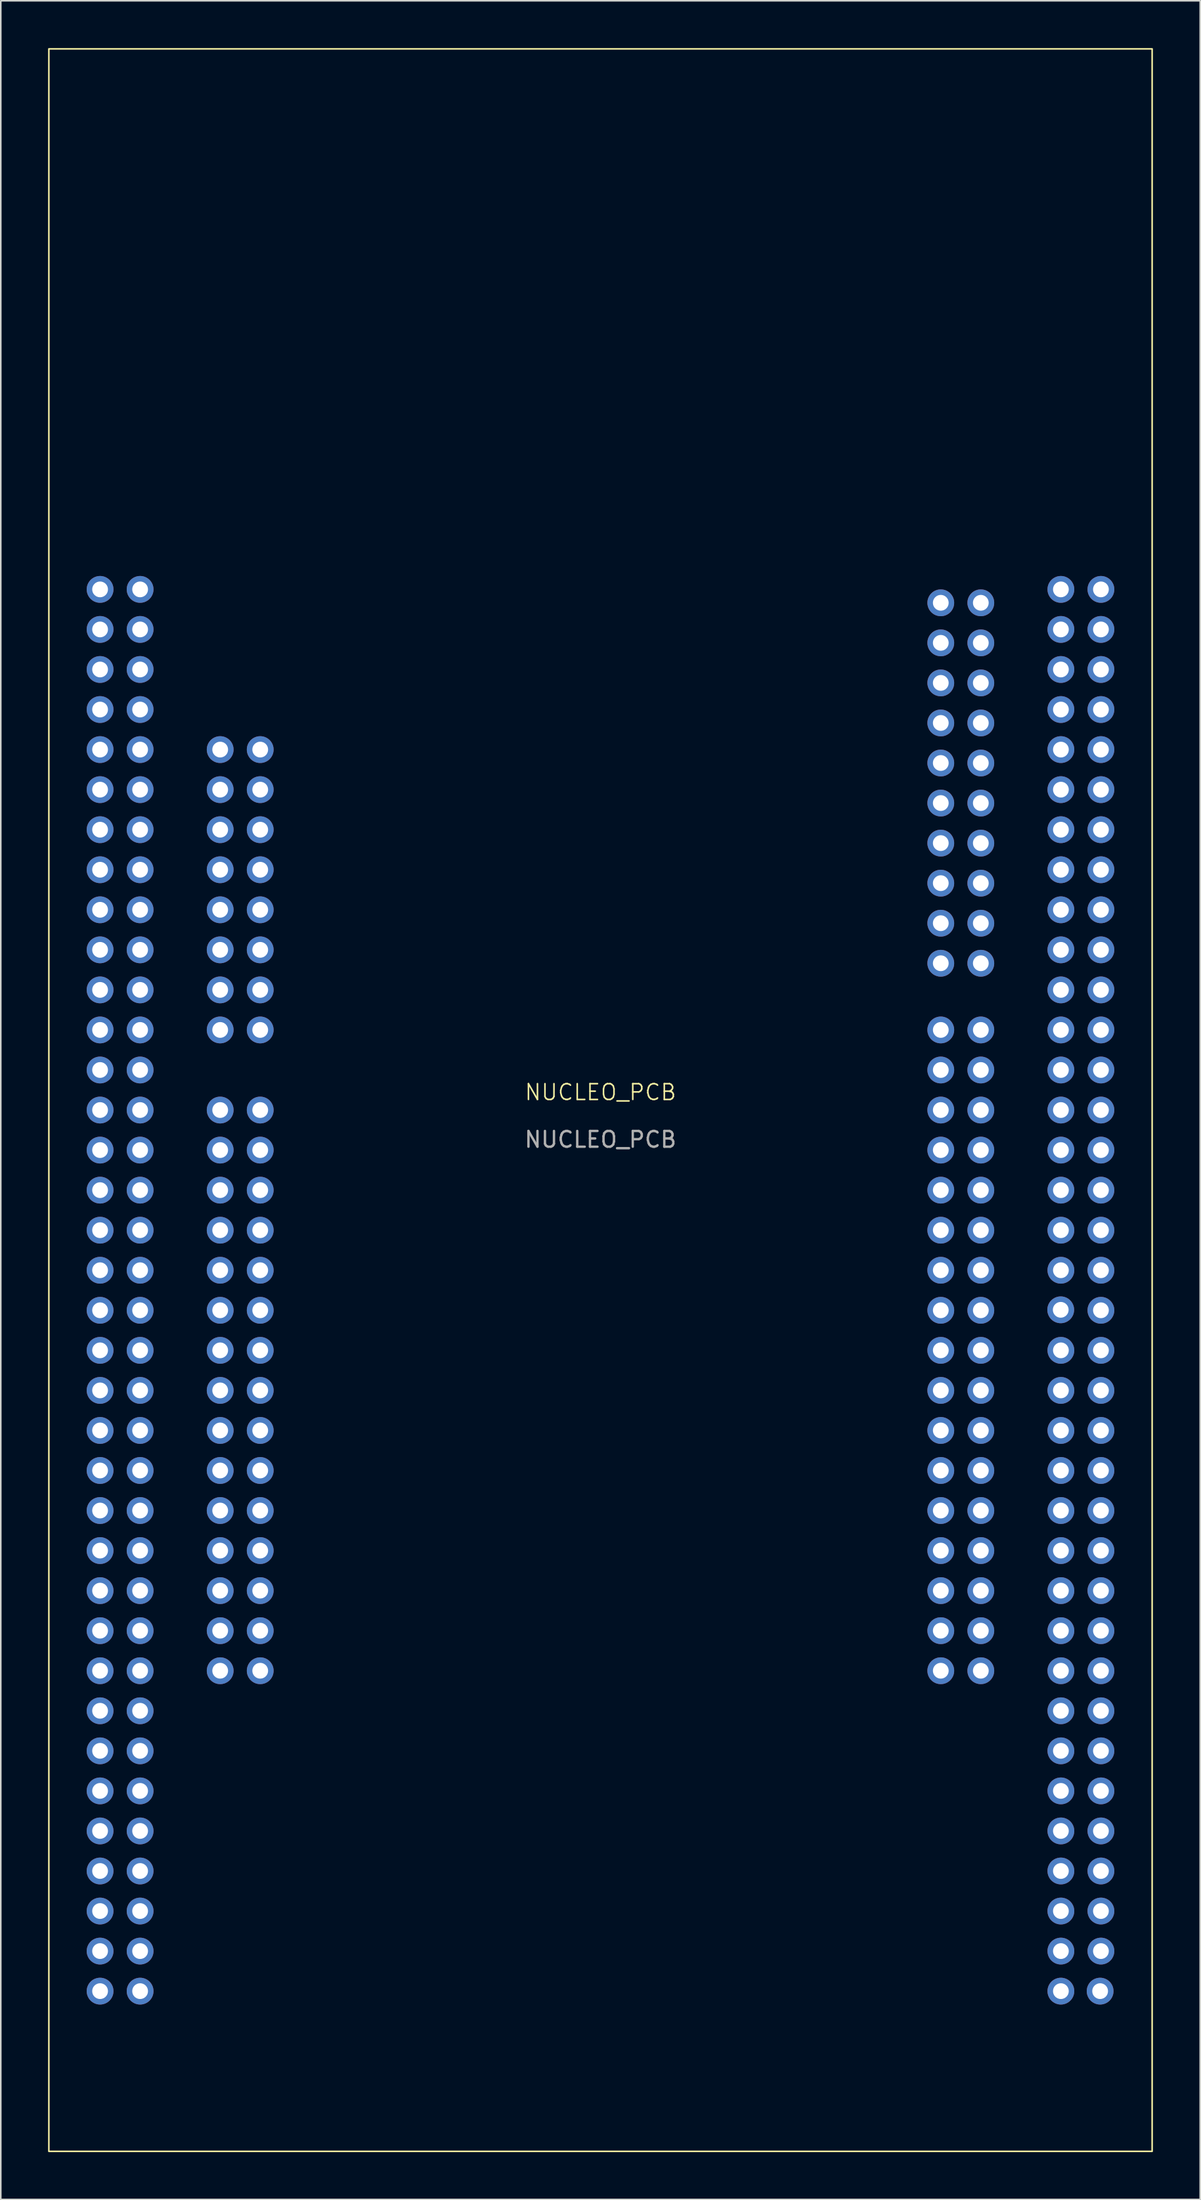
<source format=kicad_pcb>
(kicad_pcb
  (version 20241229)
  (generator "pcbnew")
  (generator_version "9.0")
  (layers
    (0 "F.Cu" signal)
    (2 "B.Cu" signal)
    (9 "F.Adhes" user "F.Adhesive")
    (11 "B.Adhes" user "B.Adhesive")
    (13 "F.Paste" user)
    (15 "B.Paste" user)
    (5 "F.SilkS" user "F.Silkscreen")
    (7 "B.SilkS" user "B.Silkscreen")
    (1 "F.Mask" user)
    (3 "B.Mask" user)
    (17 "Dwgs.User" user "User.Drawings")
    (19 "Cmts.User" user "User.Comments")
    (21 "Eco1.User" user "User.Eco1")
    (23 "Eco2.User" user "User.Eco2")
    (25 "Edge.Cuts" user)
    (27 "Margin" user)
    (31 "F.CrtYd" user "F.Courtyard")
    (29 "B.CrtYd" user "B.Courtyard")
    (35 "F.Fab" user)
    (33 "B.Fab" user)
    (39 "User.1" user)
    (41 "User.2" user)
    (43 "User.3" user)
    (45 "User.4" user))
  (footprint "NUCLEO_PCB"
    (layer "F.Cu")
    (at 35.05 66.72)
    (property "Reference" "NUCLEO_PCB" (at 0 -0.5 0) (unlocked yes) (layer "F.SilkS") (effects (font (size 1 1) (thickness 0.1))))
    (attr smd)
    (fp_rect (start -35 -66.67) (end 35 66.67) (stroke (width 0.1) (type default)) (fill no) (layer "F.SilkS"))
    (fp_text user "${REFERENCE}" (at 0 2.5 0) (unlocked yes) (layer "F.Fab") (effects (font (size 1 1) (thickness 0.15))))
    (pad "" thru_hole circle (at -31.75 -32.39 90) (size 1.7 1.7) (drill 1) (layers "*.Cu" "*.Mask"))
    (pad "" thru_hole circle (at -31.75 -29.85 90) (size 1.7 1.7) (drill 1) (layers "*.Cu" "*.Mask"))
    (pad "" thru_hole circle (at -31.75 -27.31 90) (size 1.7 1.7) (drill 1) (layers "*.Cu" "*.Mask"))
    (pad "" thru_hole circle (at -31.75 -24.77 90) (size 1.7 1.7) (drill 1) (layers "*.Cu" "*.Mask"))
    (pad "" thru_hole circle (at -31.75 -22.23 90) (size 1.7 1.7) (drill 1) (layers "*.Cu" "*.Mask"))
    (pad "" thru_hole circle (at -31.75 -19.69 90) (size 1.7 1.7) (drill 1) (layers "*.Cu" "*.Mask"))
    (pad "" thru_hole circle (at -31.75 -17.15 90) (size 1.7 1.7) (drill 1) (layers "*.Cu" "*.Mask"))
    (pad "" thru_hole circle (at -31.75 -14.61 90) (size 1.7 1.7) (drill 1) (layers "*.Cu" "*.Mask"))
    (pad "" thru_hole circle (at -31.75 -12.07 90) (size 1.7 1.7) (drill 1) (layers "*.Cu" "*.Mask"))
    (pad "" thru_hole circle (at -31.75 -9.53 90) (size 1.7 1.7) (drill 1) (layers "*.Cu" "*.Mask"))
    (pad "" thru_hole circle (at -31.75 -6.99 90) (size 1.7 1.7) (drill 1) (layers "*.Cu" "*.Mask"))
    (pad "" thru_hole circle (at -31.75 -4.45 90) (size 1.7 1.7) (drill 1) (layers "*.Cu" "*.Mask"))
    (pad "" thru_hole circle (at -31.75 -1.91 90) (size 1.7 1.7) (drill 1) (layers "*.Cu" "*.Mask"))
    (pad "" thru_hole circle (at -31.75 0.63 90) (size 1.7 1.7) (drill 1) (layers "*.Cu" "*.Mask"))
    (pad "" thru_hole circle (at -31.75 3.17 90) (size 1.7 1.7) (drill 1) (layers "*.Cu" "*.Mask"))
    (pad "" thru_hole circle (at -31.75 5.71 90) (size 1.7 1.7) (drill 1) (layers "*.Cu" "*.Mask"))
    (pad "" thru_hole circle (at -31.75 8.25 90) (size 1.7 1.7) (drill 1) (layers "*.Cu" "*.Mask"))
    (pad "" thru_hole circle (at -31.75 10.79 90) (size 1.7 1.7) (drill 1) (layers "*.Cu" "*.Mask"))
    (pad "" thru_hole circle (at -31.75 13.33 90) (size 1.7 1.7) (drill 1) (layers "*.Cu" "*.Mask"))
    (pad "" thru_hole circle (at -31.75 15.87 90) (size 1.7 1.7) (drill 1) (layers "*.Cu" "*.Mask"))
    (pad "" thru_hole circle (at -31.75 18.41 90) (size 1.7 1.7) (drill 1) (layers "*.Cu" "*.Mask"))
    (pad "" thru_hole circle (at -31.75 20.95 90) (size 1.7 1.7) (drill 1) (layers "*.Cu" "*.Mask"))
    (pad "" thru_hole circle (at -31.75 23.49 90) (size 1.7 1.7) (drill 1) (layers "*.Cu" "*.Mask"))
    (pad "" thru_hole circle (at -31.75 26.03 90) (size 1.7 1.7) (drill 1) (layers "*.Cu" "*.Mask"))
    (pad "" thru_hole circle (at -31.75 28.57 90) (size 1.7 1.7) (drill 1) (layers "*.Cu" "*.Mask"))
    (pad "" thru_hole circle (at -31.75 31.11 90) (size 1.7 1.7) (drill 1) (layers "*.Cu" "*.Mask"))
    (pad "" thru_hole circle (at -31.75 33.65 90) (size 1.7 1.7) (drill 1) (layers "*.Cu" "*.Mask"))
    (pad "" thru_hole circle (at -31.75 36.19 90) (size 1.7 1.7) (drill 1) (layers "*.Cu" "*.Mask"))
    (pad "" thru_hole circle (at -31.75 38.73 90) (size 1.7 1.7) (drill 1) (layers "*.Cu" "*.Mask"))
    (pad "" thru_hole circle (at -31.75 41.27 90) (size 1.7 1.7) (drill 1) (layers "*.Cu" "*.Mask"))
    (pad "" thru_hole circle (at -31.75 43.81 90) (size 1.7 1.7) (drill 1) (layers "*.Cu" "*.Mask"))
    (pad "" thru_hole circle (at -31.75 46.35 90) (size 1.7 1.7) (drill 1) (layers "*.Cu" "*.Mask"))
    (pad "" thru_hole circle (at -31.75 48.89 90) (size 1.7 1.7) (drill 1) (layers "*.Cu" "*.Mask"))
    (pad "" thru_hole circle (at -31.75 51.43 90) (size 1.7 1.7) (drill 1) (layers "*.Cu" "*.Mask"))
    (pad "" thru_hole circle (at -31.75 53.97 90) (size 1.7 1.7) (drill 1) (layers "*.Cu" "*.Mask"))
    (pad "" thru_hole circle (at -31.75 56.51 90) (size 1.7 1.7) (drill 1) (layers "*.Cu" "*.Mask"))
    (pad "" thru_hole circle (at -29.21 -32.39 90) (size 1.7 1.7) (drill 1) (layers "*.Cu" "*.Mask"))
    (pad "" thru_hole circle (at -29.21 -29.85 90) (size 1.7 1.7) (drill 1) (layers "*.Cu" "*.Mask"))
    (pad "" thru_hole circle (at -29.21 -27.31 90) (size 1.7 1.7) (drill 1) (layers "*.Cu" "*.Mask"))
    (pad "" thru_hole circle (at -29.21 -24.77 90) (size 1.7 1.7) (drill 1) (layers "*.Cu" "*.Mask"))
    (pad "" thru_hole circle (at -29.21 -22.23 90) (size 1.7 1.7) (drill 1) (layers "*.Cu" "*.Mask"))
    (pad "" thru_hole circle (at -29.21 -19.69 90) (size 1.7 1.7) (drill 1) (layers "*.Cu" "*.Mask"))
    (pad "" thru_hole circle (at -29.21 -17.15 90) (size 1.7 1.7) (drill 1) (layers "*.Cu" "*.Mask"))
    (pad "" thru_hole circle (at -29.21 -14.61 90) (size 1.7 1.7) (drill 1) (layers "*.Cu" "*.Mask"))
    (pad "" thru_hole circle (at -29.21 -12.07 90) (size 1.7 1.7) (drill 1) (layers "*.Cu" "*.Mask"))
    (pad "" thru_hole circle (at -29.21 -9.53 90) (size 1.7 1.7) (drill 1) (layers "*.Cu" "*.Mask"))
    (pad "" thru_hole circle (at -29.21 -6.99 90) (size 1.7 1.7) (drill 1) (layers "*.Cu" "*.Mask"))
    (pad "" thru_hole circle (at -29.21 -4.45 90) (size 1.7 1.7) (drill 1) (layers "*.Cu" "*.Mask"))
    (pad "" thru_hole circle (at -29.21 -1.91 90) (size 1.7 1.7) (drill 1) (layers "*.Cu" "*.Mask"))
    (pad "" thru_hole circle (at -29.21 0.63 90) (size 1.7 1.7) (drill 1) (layers "*.Cu" "*.Mask"))
    (pad "" thru_hole circle (at -29.21 3.17 90) (size 1.7 1.7) (drill 1) (layers "*.Cu" "*.Mask"))
    (pad "" thru_hole circle (at -29.21 5.71 90) (size 1.7 1.7) (drill 1) (layers "*.Cu" "*.Mask"))
    (pad "" thru_hole circle (at -29.21 8.25 90) (size 1.7 1.7) (drill 1) (layers "*.Cu" "*.Mask"))
    (pad "" thru_hole circle (at -29.21 10.79 90) (size 1.7 1.7) (drill 1) (layers "*.Cu" "*.Mask"))
    (pad "" thru_hole circle (at -29.21 13.33 90) (size 1.7 1.7) (drill 1) (layers "*.Cu" "*.Mask"))
    (pad "" thru_hole circle (at -29.21 15.87 90) (size 1.7 1.7) (drill 1) (layers "*.Cu" "*.Mask"))
    (pad "" thru_hole circle (at -29.21 18.41 90) (size 1.7 1.7) (drill 1) (layers "*.Cu" "*.Mask"))
    (pad "" thru_hole circle (at -29.21 20.95 90) (size 1.7 1.7) (drill 1) (layers "*.Cu" "*.Mask"))
    (pad "" thru_hole circle (at -29.21 23.49 90) (size 1.7 1.7) (drill 1) (layers "*.Cu" "*.Mask"))
    (pad "" thru_hole circle (at -29.21 26.03 90) (size 1.7 1.7) (drill 1) (layers "*.Cu" "*.Mask"))
    (pad "" thru_hole circle (at -29.21 28.57 90) (size 1.7 1.7) (drill 1) (layers "*.Cu" "*.Mask"))
    (pad "" thru_hole circle (at -29.21 31.11 90) (size 1.7 1.7) (drill 1) (layers "*.Cu" "*.Mask"))
    (pad "" thru_hole circle (at -29.21 33.65 90) (size 1.7 1.7) (drill 1) (layers "*.Cu" "*.Mask"))
    (pad "" thru_hole circle (at -29.21 36.19 90) (size 1.7 1.7) (drill 1) (layers "*.Cu" "*.Mask"))
    (pad "" thru_hole circle (at -29.21 38.73 90) (size 1.7 1.7) (drill 1) (layers "*.Cu" "*.Mask"))
    (pad "" thru_hole circle (at -29.21 41.27 90) (size 1.7 1.7) (drill 1) (layers "*.Cu" "*.Mask"))
    (pad "" thru_hole circle (at -29.21 43.81 90) (size 1.7 1.7) (drill 1) (layers "*.Cu" "*.Mask"))
    (pad "" thru_hole circle (at -29.21 46.35 90) (size 1.7 1.7) (drill 1) (layers "*.Cu" "*.Mask"))
    (pad "" thru_hole circle (at -29.21 48.89 90) (size 1.7 1.7) (drill 1) (layers "*.Cu" "*.Mask"))
    (pad "" thru_hole circle (at -29.21 51.43 90) (size 1.7 1.7) (drill 1) (layers "*.Cu" "*.Mask"))
    (pad "" thru_hole circle (at -29.21 53.97 90) (size 1.7 1.7) (drill 1) (layers "*.Cu" "*.Mask"))
    (pad "" thru_hole circle (at -29.21 56.51 90) (size 1.7 1.7) (drill 1) (layers "*.Cu" "*.Mask"))
    (pad "" thru_hole circle (at 29.2 13.3 90) (size 1.7 1.7) (drill 1) (layers "*.Cu" "*.Mask"))
    (pad "" thru_hole circle (at 29.21 -32.39 90) (size 1.7 1.7) (drill 1) (layers "*.Cu" "*.Mask"))
    (pad "" thru_hole circle (at 29.21 -29.85 90) (size 1.7 1.7) (drill 1) (layers "*.Cu" "*.Mask"))
    (pad "" thru_hole circle (at 29.21 -27.31 90) (size 1.7 1.7) (drill 1) (layers "*.Cu" "*.Mask"))
    (pad "" thru_hole circle (at 29.21 -24.77 90) (size 1.7 1.7) (drill 1) (layers "*.Cu" "*.Mask"))
    (pad "" thru_hole circle (at 29.21 -22.23 90) (size 1.7 1.7) (drill 1) (layers "*.Cu" "*.Mask"))
    (pad "" thru_hole circle (at 29.21 -19.69 90) (size 1.7 1.7) (drill 1) (layers "*.Cu" "*.Mask"))
    (pad "" thru_hole circle (at 29.21 -17.15 90) (size 1.7 1.7) (drill 1) (layers "*.Cu" "*.Mask"))
    (pad "" thru_hole circle (at 29.21 -14.61 90) (size 1.7 1.7) (drill 1) (layers "*.Cu" "*.Mask"))
    (pad "" thru_hole circle (at 29.21 -12.07 90) (size 1.7 1.7) (drill 1) (layers "*.Cu" "*.Mask"))
    (pad "" thru_hole circle (at 29.21 -9.53 90) (size 1.7 1.7) (drill 1) (layers "*.Cu" "*.Mask"))
    (pad "" thru_hole circle (at 29.21 -6.99 90) (size 1.7 1.7) (drill 1) (layers "*.Cu" "*.Mask"))
    (pad "" thru_hole circle (at 29.21 -4.45 90) (size 1.7 1.7) (drill 1) (layers "*.Cu" "*.Mask"))
    (pad "" thru_hole circle (at 29.21 -1.91 90) (size 1.7 1.7) (drill 1) (layers "*.Cu" "*.Mask"))
    (pad "" thru_hole circle (at 29.21 0.63 90) (size 1.7 1.7) (drill 1) (layers "*.Cu" "*.Mask"))
    (pad "" thru_hole circle (at 29.21 3.17 90) (size 1.7 1.7) (drill 1) (layers "*.Cu" "*.Mask"))
    (pad "" thru_hole circle (at 29.21 5.71 90) (size 1.7 1.7) (drill 1) (layers "*.Cu" "*.Mask"))
    (pad "" thru_hole circle (at 29.21 8.25 90) (size 1.7 1.7) (drill 1) (layers "*.Cu" "*.Mask"))
    (pad "" thru_hole circle (at 29.21 10.79 90) (size 1.7 1.7) (drill 1) (layers "*.Cu" "*.Mask"))
    (pad "" thru_hole circle (at 29.21 15.87 90) (size 1.7 1.7) (drill 1) (layers "*.Cu" "*.Mask"))
    (pad "" thru_hole circle (at 29.21 18.41 90) (size 1.7 1.7) (drill 1) (layers "*.Cu" "*.Mask"))
    (pad "" thru_hole circle (at 29.21 20.95 90) (size 1.7 1.7) (drill 1) (layers "*.Cu" "*.Mask"))
    (pad "" thru_hole circle (at 29.21 23.49 90) (size 1.7 1.7) (drill 1) (layers "*.Cu" "*.Mask"))
    (pad "" thru_hole circle (at 29.21 26.03 90) (size 1.7 1.7) (drill 1) (layers "*.Cu" "*.Mask"))
    (pad "" thru_hole circle (at 29.21 28.57 90) (size 1.7 1.7) (drill 1) (layers "*.Cu" "*.Mask"))
    (pad "" thru_hole circle (at 29.21 31.11 90) (size 1.7 1.7) (drill 1) (layers "*.Cu" "*.Mask"))
    (pad "" thru_hole circle (at 29.21 33.65 90) (size 1.7 1.7) (drill 1) (layers "*.Cu" "*.Mask"))
    (pad "" thru_hole circle (at 29.21 36.19 90) (size 1.7 1.7) (drill 1) (layers "*.Cu" "*.Mask"))
    (pad "" thru_hole circle (at 29.21 38.73 90) (size 1.7 1.7) (drill 1) (layers "*.Cu" "*.Mask"))
    (pad "" thru_hole circle (at 29.21 41.27 90) (size 1.7 1.7) (drill 1) (layers "*.Cu" "*.Mask"))
    (pad "" thru_hole circle (at 29.21 43.81 90) (size 1.7 1.7) (drill 1) (layers "*.Cu" "*.Mask"))
    (pad "" thru_hole circle (at 29.21 46.35 90) (size 1.7 1.7) (drill 1) (layers "*.Cu" "*.Mask"))
    (pad "" thru_hole circle (at 29.21 48.89 90) (size 1.7 1.7) (drill 1) (layers "*.Cu" "*.Mask"))
    (pad "" thru_hole circle (at 29.21 51.43 90) (size 1.7 1.7) (drill 1) (layers "*.Cu" "*.Mask"))
    (pad "" thru_hole circle (at 29.21 53.97 90) (size 1.7 1.7) (drill 1) (layers "*.Cu" "*.Mask"))
    (pad "" thru_hole circle (at 29.21 56.51 90) (size 1.7 1.7) (drill 1) (layers "*.Cu" "*.Mask"))
    (pad "" thru_hole circle (at 31.7 56.51 90) (size 1.7 1.7) (drill 1) (layers "*.Cu" "*.Mask"))
    (pad "" thru_hole circle (at 31.75 -32.39 90) (size 1.7 1.7) (drill 1) (layers "*.Cu" "*.Mask"))
    (pad "" thru_hole circle (at 31.75 -29.85 90) (size 1.7 1.7) (drill 1) (layers "*.Cu" "*.Mask"))
    (pad "" thru_hole circle (at 31.75 -27.31 90) (size 1.7 1.7) (drill 1) (layers "*.Cu" "*.Mask"))
    (pad "" thru_hole circle (at 31.75 -24.77 90) (size 1.7 1.7) (drill 1) (layers "*.Cu" "*.Mask"))
    (pad "" thru_hole circle (at 31.75 -22.23 90) (size 1.7 1.7) (drill 1) (layers "*.Cu" "*.Mask"))
    (pad "" thru_hole circle (at 31.75 -19.69 90) (size 1.7 1.7) (drill 1) (layers "*.Cu" "*.Mask"))
    (pad "" thru_hole circle (at 31.75 -17.15 90) (size 1.7 1.7) (drill 1) (layers "*.Cu" "*.Mask"))
    (pad "" thru_hole circle (at 31.75 -14.61 90) (size 1.7 1.7) (drill 1) (layers "*.Cu" "*.Mask"))
    (pad "" thru_hole circle (at 31.75 -12.07 90) (size 1.7 1.7) (drill 1) (layers "*.Cu" "*.Mask"))
    (pad "" thru_hole circle (at 31.75 -9.53 90) (size 1.7 1.7) (drill 1) (layers "*.Cu" "*.Mask"))
    (pad "" thru_hole circle (at 31.75 -6.99 90) (size 1.7 1.7) (drill 1) (layers "*.Cu" "*.Mask"))
    (pad "" thru_hole circle (at 31.75 -4.45 90) (size 1.7 1.7) (drill 1) (layers "*.Cu" "*.Mask"))
    (pad "" thru_hole circle (at 31.75 -1.91 90) (size 1.7 1.7) (drill 1) (layers "*.Cu" "*.Mask"))
    (pad "" thru_hole circle (at 31.75 0.63 90) (size 1.7 1.7) (drill 1) (layers "*.Cu" "*.Mask"))
    (pad "" thru_hole circle (at 31.75 3.17 90) (size 1.7 1.7) (drill 1) (layers "*.Cu" "*.Mask"))
    (pad "" thru_hole circle (at 31.75 5.71 90) (size 1.7 1.7) (drill 1) (layers "*.Cu" "*.Mask"))
    (pad "" thru_hole circle (at 31.75 8.25 90) (size 1.7 1.7) (drill 1) (layers "*.Cu" "*.Mask"))
    (pad "" thru_hole circle (at 31.75 10.79 90) (size 1.7 1.7) (drill 1) (layers "*.Cu" "*.Mask"))
    (pad "" thru_hole circle (at 31.75 13.33 90) (size 1.7 1.7) (drill 1) (layers "*.Cu" "*.Mask"))
    (pad "" thru_hole circle (at 31.75 15.87 90) (size 1.7 1.7) (drill 1) (layers "*.Cu" "*.Mask"))
    (pad "" thru_hole circle (at 31.75 18.41 90) (size 1.7 1.7) (drill 1) (layers "*.Cu" "*.Mask"))
    (pad "" thru_hole circle (at 31.75 20.95 90) (size 1.7 1.7) (drill 1) (layers "*.Cu" "*.Mask"))
    (pad "" thru_hole circle (at 31.75 23.49 90) (size 1.7 1.7) (drill 1) (layers "*.Cu" "*.Mask"))
    (pad "" thru_hole circle (at 31.75 26.03 90) (size 1.7 1.7) (drill 1) (layers "*.Cu" "*.Mask"))
    (pad "" thru_hole circle (at 31.75 28.57 90) (size 1.7 1.7) (drill 1) (layers "*.Cu" "*.Mask"))
    (pad "" thru_hole circle (at 31.75 31.11 90) (size 1.7 1.7) (drill 1) (layers "*.Cu" "*.Mask"))
    (pad "" thru_hole circle (at 31.75 33.65 90) (size 1.7 1.7) (drill 1) (layers "*.Cu" "*.Mask"))
    (pad "" thru_hole circle (at 31.75 36.19 90) (size 1.7 1.7) (drill 1) (layers "*.Cu" "*.Mask"))
    (pad "" thru_hole circle (at 31.75 38.73 90) (size 1.7 1.7) (drill 1) (layers "*.Cu" "*.Mask"))
    (pad "" thru_hole circle (at 31.75 41.27 90) (size 1.7 1.7) (drill 1) (layers "*.Cu" "*.Mask"))
    (pad "" thru_hole circle (at 31.75 43.81 90) (size 1.7 1.7) (drill 1) (layers "*.Cu" "*.Mask"))
    (pad "" thru_hole circle (at 31.75 46.35 90) (size 1.7 1.7) (drill 1) (layers "*.Cu" "*.Mask"))
    (pad "" thru_hole circle (at 31.75 48.89 90) (size 1.7 1.7) (drill 1) (layers "*.Cu" "*.Mask"))
    (pad "" thru_hole circle (at 31.75 51.43 90) (size 1.7 1.7) (drill 1) (layers "*.Cu" "*.Mask"))
    (pad "" thru_hole circle (at 31.75 53.97 90) (size 1.7 1.7) (drill 1) (layers "*.Cu" "*.Mask"))
    (pad "1" thru_hole circle (at -24.13 -22.23 90) (size 1.7 1.7) (drill 1) (layers "*.Cu" "*.Mask"))
    (pad "2" thru_hole circle (at -21.59 -22.23 90) (size 1.7 1.7) (drill 1) (layers "*.Cu" "*.Mask"))
    (pad "3" thru_hole circle (at -24.13 -19.69 90) (size 1.7 1.7) (drill 1) (layers "*.Cu" "*.Mask"))
    (pad "4" thru_hole circle (at -21.59 -19.69 90) (size 1.7 1.7) (drill 1) (layers "*.Cu" "*.Mask"))
    (pad "5" thru_hole circle (at -24.13 -17.15 90) (size 1.7 1.7) (drill 1) (layers "*.Cu" "*.Mask"))
    (pad "6" thru_hole circle (at -21.59 -17.15 90) (size 1.7 1.7) (drill 1) (layers "*.Cu" "*.Mask"))
    (pad "7" thru_hole circle (at -24.13 -14.61 90) (size 1.7 1.7) (drill 1) (layers "*.Cu" "*.Mask"))
    (pad "8" thru_hole circle (at -21.59 -14.61 90) (size 1.7 1.7) (drill 1) (layers "*.Cu" "*.Mask"))
    (pad "9" thru_hole circle (at -24.13 -12.07 90) (size 1.7 1.7) (drill 1) (layers "*.Cu" "*.Mask"))
    (pad "10" thru_hole circle (at -21.59 -12.07 90) (size 1.7 1.7) (drill 1) (layers "*.Cu" "*.Mask"))
    (pad "11" thru_hole circle (at -24.13 -9.53 90) (size 1.7 1.7) (drill 1) (layers "*.Cu" "*.Mask"))
    (pad "12" thru_hole circle (at -21.59 -9.53 90) (size 1.7 1.7) (drill 1) (layers "*.Cu" "*.Mask"))
    (pad "13" thru_hole circle (at -24.13 -6.99 90) (size 1.7 1.7) (drill 1) (layers "*.Cu" "*.Mask"))
    (pad "14" thru_hole circle (at -21.59 -6.99 90) (size 1.7 1.7) (drill 1) (layers "*.Cu" "*.Mask"))
    (pad "15" thru_hole circle (at -24.13 -4.45 90) (size 1.7 1.7) (drill 1) (layers "*.Cu" "*.Mask"))
    (pad "16" thru_hole circle (at -21.59 -4.45 90) (size 1.7 1.7) (drill 1) (layers "*.Cu" "*.Mask"))
    (pad "17" thru_hole circle (at -24.13 0.63 90) (size 1.7 1.7) (drill 1) (layers "*.Cu" "*.Mask"))
    (pad "18" thru_hole circle (at -21.59 0.63 90) (size 1.7 1.7) (drill 1) (layers "*.Cu" "*.Mask"))
    (pad "19" thru_hole circle (at -24.13 3.17 90) (size 1.7 1.7) (drill 1) (layers "*.Cu" "*.Mask"))
    (pad "20" thru_hole circle (at -21.59 3.17 90) (size 1.7 1.7) (drill 1) (layers "*.Cu" "*.Mask"))
    (pad "21" thru_hole circle (at -24.13 5.71 90) (size 1.7 1.7) (drill 1) (layers "*.Cu" "*.Mask"))
    (pad "22" thru_hole circle (at -21.59 5.71 90) (size 1.7 1.7) (drill 1) (layers "*.Cu" "*.Mask"))
    (pad "23" thru_hole circle (at -24.13 8.25 90) (size 1.7 1.7) (drill 1) (layers "*.Cu" "*.Mask"))
    (pad "24" thru_hole circle (at -21.59 8.25 90) (size 1.7 1.7) (drill 1) (layers "*.Cu" "*.Mask"))
    (pad "25" thru_hole circle (at -24.13 10.79 90) (size 1.7 1.7) (drill 1) (layers "*.Cu" "*.Mask"))
    (pad "26" thru_hole circle (at -21.59 10.79 90) (size 1.7 1.7) (drill 1) (layers "*.Cu" "*.Mask"))
    (pad "27" thru_hole circle (at -24.13 13.33 90) (size 1.7 1.7) (drill 1) (layers "*.Cu" "*.Mask"))
    (pad "28" thru_hole circle (at -21.59 13.33 90) (size 1.7 1.7) (drill 1) (layers "*.Cu" "*.Mask"))
    (pad "29" thru_hole circle (at -24.13 15.87 90) (size 1.7 1.7) (drill 1) (layers "*.Cu" "*.Mask"))
    (pad "30" thru_hole circle (at -21.59 15.87 90) (size 1.7 1.7) (drill 1) (layers "*.Cu" "*.Mask"))
    (pad "31" thru_hole circle (at -24.13 18.41 90) (size 1.7 1.7) (drill 1) (layers "*.Cu" "*.Mask"))
    (pad "32" thru_hole circle (at -21.59 18.41 90) (size 1.7 1.7) (drill 1) (layers "*.Cu" "*.Mask"))
    (pad "33" thru_hole circle (at -24.13 20.95 90) (size 1.7 1.7) (drill 1) (layers "*.Cu" "*.Mask"))
    (pad "34" thru_hole circle (at -21.59 20.95 90) (size 1.7 1.7) (drill 1) (layers "*.Cu" "*.Mask"))
    (pad "35" thru_hole circle (at -24.13 23.49 90) (size 1.7 1.7) (drill 1) (layers "*.Cu" "*.Mask"))
    (pad "36" thru_hole circle (at -21.59 23.49 90) (size 1.7 1.7) (drill 1) (layers "*.Cu" "*.Mask"))
    (pad "37" thru_hole circle (at -24.13 26.03 90) (size 1.7 1.7) (drill 1) (layers "*.Cu" "*.Mask"))
    (pad "38" thru_hole circle (at -21.59 26.03 90) (size 1.7 1.7) (drill 1) (layers "*.Cu" "*.Mask"))
    (pad "39" thru_hole circle (at -24.13 28.57 90) (size 1.7 1.7) (drill 1) (layers "*.Cu" "*.Mask"))
    (pad "40" thru_hole circle (at -21.59 28.57 90) (size 1.7 1.7) (drill 1) (layers "*.Cu" "*.Mask"))
    (pad "41" thru_hole circle (at -24.13 31.11 90) (size 1.7 1.7) (drill 1) (layers "*.Cu" "*.Mask"))
    (pad "42" thru_hole circle (at -21.59 31.11 90) (size 1.7 1.7) (drill 1) (layers "*.Cu" "*.Mask"))
    (pad "43" thru_hole circle (at -24.13 33.65 90) (size 1.7 1.7) (drill 1) (layers "*.Cu" "*.Mask"))
    (pad "44" thru_hole circle (at -21.59 33.65 90) (size 1.7 1.7) (drill 1) (layers "*.Cu" "*.Mask"))
    (pad "45" thru_hole circle (at -24.13 36.19 90) (size 1.7 1.7) (drill 1) (layers "*.Cu" "*.Mask"))
    (pad "46" thru_hole circle (at -21.59 36.19 90) (size 1.7 1.7) (drill 1) (layers "*.Cu" "*.Mask"))
    (pad "47" thru_hole circle (at 21.59 -31.54 90) (size 1.7 1.7) (drill 1) (layers "*.Cu" "*.Mask"))
    (pad "48" thru_hole circle (at 24.13 -31.54 90) (size 1.7 1.7) (drill 1) (layers "*.Cu" "*.Mask"))
    (pad "49" thru_hole circle (at 21.59 -29 90) (size 1.7 1.7) (drill 1) (layers "*.Cu" "*.Mask"))
    (pad "50" thru_hole circle (at 24.13 -29 90) (size 1.7 1.7) (drill 1) (layers "*.Cu" "*.Mask"))
    (pad "51" thru_hole circle (at 21.59 -26.46 90) (size 1.7 1.7) (drill 1) (layers "*.Cu" "*.Mask"))
    (pad "52" thru_hole circle (at 24.13 -26.46 90) (size 1.7 1.7) (drill 1) (layers "*.Cu" "*.Mask"))
    (pad "53" thru_hole circle (at 21.59 -23.92 90) (size 1.7 1.7) (drill 1) (layers "*.Cu" "*.Mask"))
    (pad "54" thru_hole circle (at 24.13 -23.92 90) (size 1.7 1.7) (drill 1) (layers "*.Cu" "*.Mask"))
    (pad "55" thru_hole circle (at 21.59 -21.38 90) (size 1.7 1.7) (drill 1) (layers "*.Cu" "*.Mask"))
    (pad "56" thru_hole circle (at 24.13 -21.38 90) (size 1.7 1.7) (drill 1) (layers "*.Cu" "*.Mask"))
    (pad "57" thru_hole circle (at 21.59 -18.84 90) (size 1.7 1.7) (drill 1) (layers "*.Cu" "*.Mask"))
    (pad "58" thru_hole circle (at 24.13 -18.84 90) (size 1.7 1.7) (drill 1) (layers "*.Cu" "*.Mask"))
    (pad "59" thru_hole circle (at 21.59 -16.3 90) (size 1.7 1.7) (drill 1) (layers "*.Cu" "*.Mask"))
    (pad "60" thru_hole circle (at 24.13 -16.3 90) (size 1.7 1.7) (drill 1) (layers "*.Cu" "*.Mask"))
    (pad "61" thru_hole circle (at 21.59 -13.76 90) (size 1.7 1.7) (drill 1) (layers "*.Cu" "*.Mask"))
    (pad "62" thru_hole circle (at 24.13 -13.76 90) (size 1.7 1.7) (drill 1) (layers "*.Cu" "*.Mask"))
    (pad "63" thru_hole circle (at 21.59 -11.22 90) (size 1.7 1.7) (drill 1) (layers "*.Cu" "*.Mask"))
    (pad "64" thru_hole circle (at 24.13 -11.22 90) (size 1.7 1.7) (drill 1) (layers "*.Cu" "*.Mask"))
    (pad "65" thru_hole circle (at 21.59 -8.68 90) (size 1.7 1.7) (drill 1) (layers "*.Cu" "*.Mask"))
    (pad "66" thru_hole circle (at 24.13 -8.68 90) (size 1.7 1.7) (drill 1) (layers "*.Cu" "*.Mask"))
    (pad "67" thru_hole circle (at 21.59 -4.45 90) (size 1.7 1.7) (drill 1) (layers "*.Cu" "*.Mask"))
    (pad "68" thru_hole circle (at 24.13 -4.45 90) (size 1.7 1.7) (drill 1) (layers "*.Cu" "*.Mask"))
    (pad "69" thru_hole circle (at 21.59 -1.91 90) (size 1.7 1.7) (drill 1) (layers "*.Cu" "*.Mask"))
    (pad "70" thru_hole circle (at 24.13 -1.91 90) (size 1.7 1.7) (drill 1) (layers "*.Cu" "*.Mask"))
    (pad "71" thru_hole circle (at 21.59 0.63 90) (size 1.7 1.7) (drill 1) (layers "*.Cu" "*.Mask"))
    (pad "72" thru_hole circle (at 24.13 0.63 90) (size 1.7 1.7) (drill 1) (layers "*.Cu" "*.Mask"))
    (pad "73" thru_hole circle (at 21.59 3.17 90) (size 1.7 1.7) (drill 1) (layers "*.Cu" "*.Mask"))
    (pad "74" thru_hole circle (at 24.13 3.17 90) (size 1.7 1.7) (drill 1) (layers "*.Cu" "*.Mask"))
    (pad "75" thru_hole circle (at 21.59 5.71 90) (size 1.7 1.7) (drill 1) (layers "*.Cu" "*.Mask"))
    (pad "76" thru_hole circle (at 24.13 5.71 90) (size 1.7 1.7) (drill 1) (layers "*.Cu" "*.Mask"))
    (pad "77" thru_hole circle (at 21.59 8.25 90) (size 1.7 1.7) (drill 1) (layers "*.Cu" "*.Mask"))
    (pad "78" thru_hole circle (at 24.13 8.25 90) (size 1.7 1.7) (drill 1) (layers "*.Cu" "*.Mask"))
    (pad "79" thru_hole circle (at 21.59 10.79 90) (size 1.7 1.7) (drill 1) (layers "*.Cu" "*.Mask"))
    (pad "80" thru_hole circle (at 24.13 10.79 90) (size 1.7 1.7) (drill 1) (layers "*.Cu" "*.Mask"))
    (pad "81" thru_hole circle (at 21.59 13.33 90) (size 1.7 1.7) (drill 1) (layers "*.Cu" "*.Mask"))
    (pad "82" thru_hole circle (at 24.13 13.33 90) (size 1.7 1.7) (drill 1) (layers "*.Cu" "*.Mask"))
    (pad "83" thru_hole circle (at 21.59 15.87 90) (size 1.7 1.7) (drill 1) (layers "*.Cu" "*.Mask"))
    (pad "84" thru_hole circle (at 24.13 15.87 90) (size 1.7 1.7) (drill 1) (layers "*.Cu" "*.Mask"))
    (pad "85" thru_hole circle (at 21.59 18.41 90) (size 1.7 1.7) (drill 1) (layers "*.Cu" "*.Mask"))
    (pad "86" thru_hole circle (at 24.13 18.41 90) (size 1.7 1.7) (drill 1) (layers "*.Cu" "*.Mask"))
    (pad "87" thru_hole circle (at 21.59 20.95 90) (size 1.7 1.7) (drill 1) (layers "*.Cu" "*.Mask"))
    (pad "88" thru_hole circle (at 24.13 20.95 90) (size 1.7 1.7) (drill 1) (layers "*.Cu" "*.Mask"))
    (pad "89" thru_hole circle (at 21.59 23.49 90) (size 1.7 1.7) (drill 1) (layers "*.Cu" "*.Mask"))
    (pad "90" thru_hole circle (at 24.13 23.49 90) (size 1.7 1.7) (drill 1) (layers "*.Cu" "*.Mask"))
    (pad "91" thru_hole circle (at 21.59 26.03 90) (size 1.7 1.7) (drill 1) (layers "*.Cu" "*.Mask"))
    (pad "92" thru_hole circle (at 24.13 26.03 90) (size 1.7 1.7) (drill 1) (layers "*.Cu" "*.Mask"))
    (pad "93" thru_hole circle (at 21.59 28.57 90) (size 1.7 1.7) (drill 1) (layers "*.Cu" "*.Mask"))
    (pad "94" thru_hole circle (at 24.13 28.57 90) (size 1.7 1.7) (drill 1) (layers "*.Cu" "*.Mask"))
    (pad "95" thru_hole circle (at 21.59 31.11 90) (size 1.7 1.7) (drill 1) (layers "*.Cu" "*.Mask"))
    (pad "96" thru_hole circle (at 24.13 31.11 90) (size 1.7 1.7) (drill 1) (layers "*.Cu" "*.Mask"))
    (pad "97" thru_hole circle (at 21.59 33.65 90) (size 1.7 1.7) (drill 1) (layers "*.Cu" "*.Mask"))
    (pad "98" thru_hole circle (at 24.13 33.65 90) (size 1.7 1.7) (drill 1) (layers "*.Cu" "*.Mask"))
    (pad "99" thru_hole circle (at 21.59 36.19 90) (size 1.7 1.7) (drill 1) (layers "*.Cu" "*.Mask"))
    (pad "100" thru_hole circle (at 24.13 36.19 90) (size 1.7 1.7) (drill 1) (layers "*.Cu" "*.Mask")))
  (gr_rect
    (start -3 -3)
    (end 73.1 136.44)
    (stroke (width 0.1) (type default))
    (fill no)
    (layer "Edge.Cuts")))
</source>
